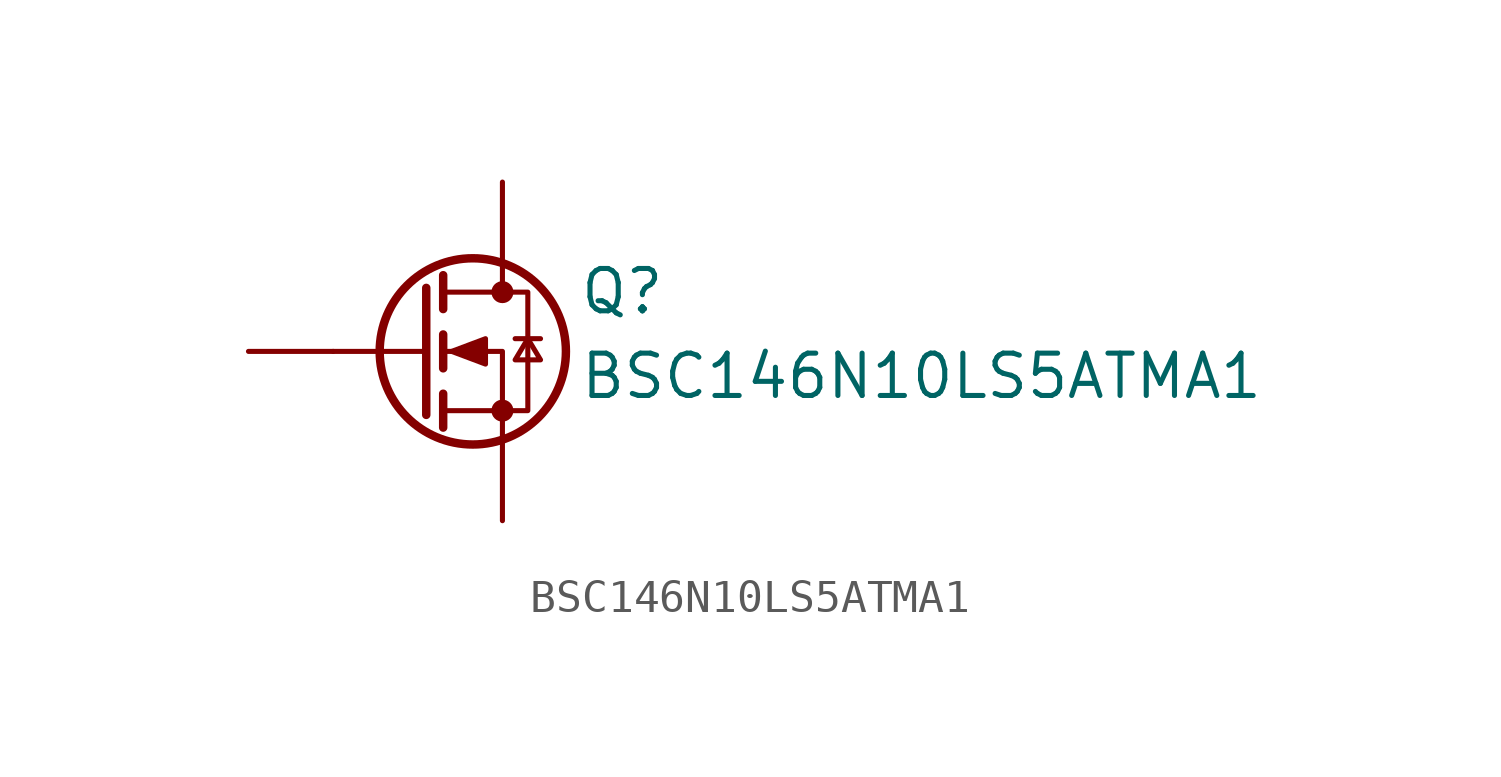
<source format=kicad_sym>
(kicad_symbol_lib
  (version 20241209)
  (generator "kicad_symbol_editor")
  (generator_version "9.0")
  (symbol "BSC146N10LS5ATMA1"
    (property "Reference" "Q"
      (at 2.286 2.54 0)
      (effects (font (size 1.27 1.27)) (justify left top)))
    (property "Value" "BSC146N10LS5ATMA1"
      (at 2.286 0 0)
      (effects (font (size 1.27 1.27)) (justify left top)))
    (symbol "BSC146N10LS5ATMA1_0_1"
      (polyline (pts (xy -2.286 1.905) (xy -2.286 -1.905)) (stroke (width 0.254) (type default)) (fill (type none)))
      (polyline (pts (xy -2.286 0) (xy -5.08 0)) (stroke (width 0) (type default)) (fill (type none)))
      (polyline (pts (xy -1.778 2.286) (xy -1.778 1.27)) (stroke (width 0.254) (type default)) (fill (type none)))
      (polyline (pts (xy -1.778 0.508) (xy -1.778 -0.508)) (stroke (width 0.254) (type default)) (fill (type none)))
      (polyline (pts (xy -1.778 -1.27) (xy -1.778 -2.286)) (stroke (width 0.254) (type default)) (fill (type none)))
      (polyline (pts (xy -1.778 -1.778) (xy 0.762 -1.778) (xy 0.762 1.778) (xy -1.778 1.778)) (stroke (width 0) (type default)) (fill (type none)))
      (polyline (pts (xy -1.524 0) (xy -0.508 0.381) (xy -0.508 -0.381) (xy -1.524 0)) (stroke (width 0) (type default)) (fill (type outline)))
      (circle (center -0.889 0) (radius 2.794) (stroke (width 0.254) (type default)) (fill (type none)))
      (polyline (pts (xy 0 2.54) (xy 0 1.778)) (stroke (width 0) (type default)) (fill (type none)))
      (circle (center 0 1.778) (radius 0.254) (stroke (width 0) (type default)) (fill (type outline)))
      (circle (center 0 -1.778) (radius 0.254) (stroke (width 0) (type default)) (fill (type outline)))
      (polyline (pts (xy 0 -2.54) (xy 0 0) (xy -1.778 0)) (stroke (width 0) (type default)) (fill (type none)))
      (polyline (pts (xy 0.381 0.381) (xy 1.143 0.381)) (stroke (width 0) (type default)) (fill (type none)))
      (polyline (pts (xy 0.762 0.381) (xy 0.381 -0.254) (xy 1.143 -0.254) (xy 0.762 0.381)) (stroke (width 0) (type default)) (fill (type none))))
    (symbol "BSC146N10LS5ATMA1_1_1"
      (pin input line (at -7.62 0 0) (length 2.54) (name "" (effects (font (size 1.27 1.27)))) (number "4" (effects (font (size 0 0)))))
      (pin passive line (at 0 5.08 270) (length 2.54) (name "" (effects (font (size 1.27 1.27)))) (number "5" (effects (font (size 0 0)))))
      (pin passive line (at 0 -5.08 90) (length 2.54) (name "" (effects (font (size 1.27 1.27)))) (number "1" (effects (font (size 0 0))))))))
</source>
